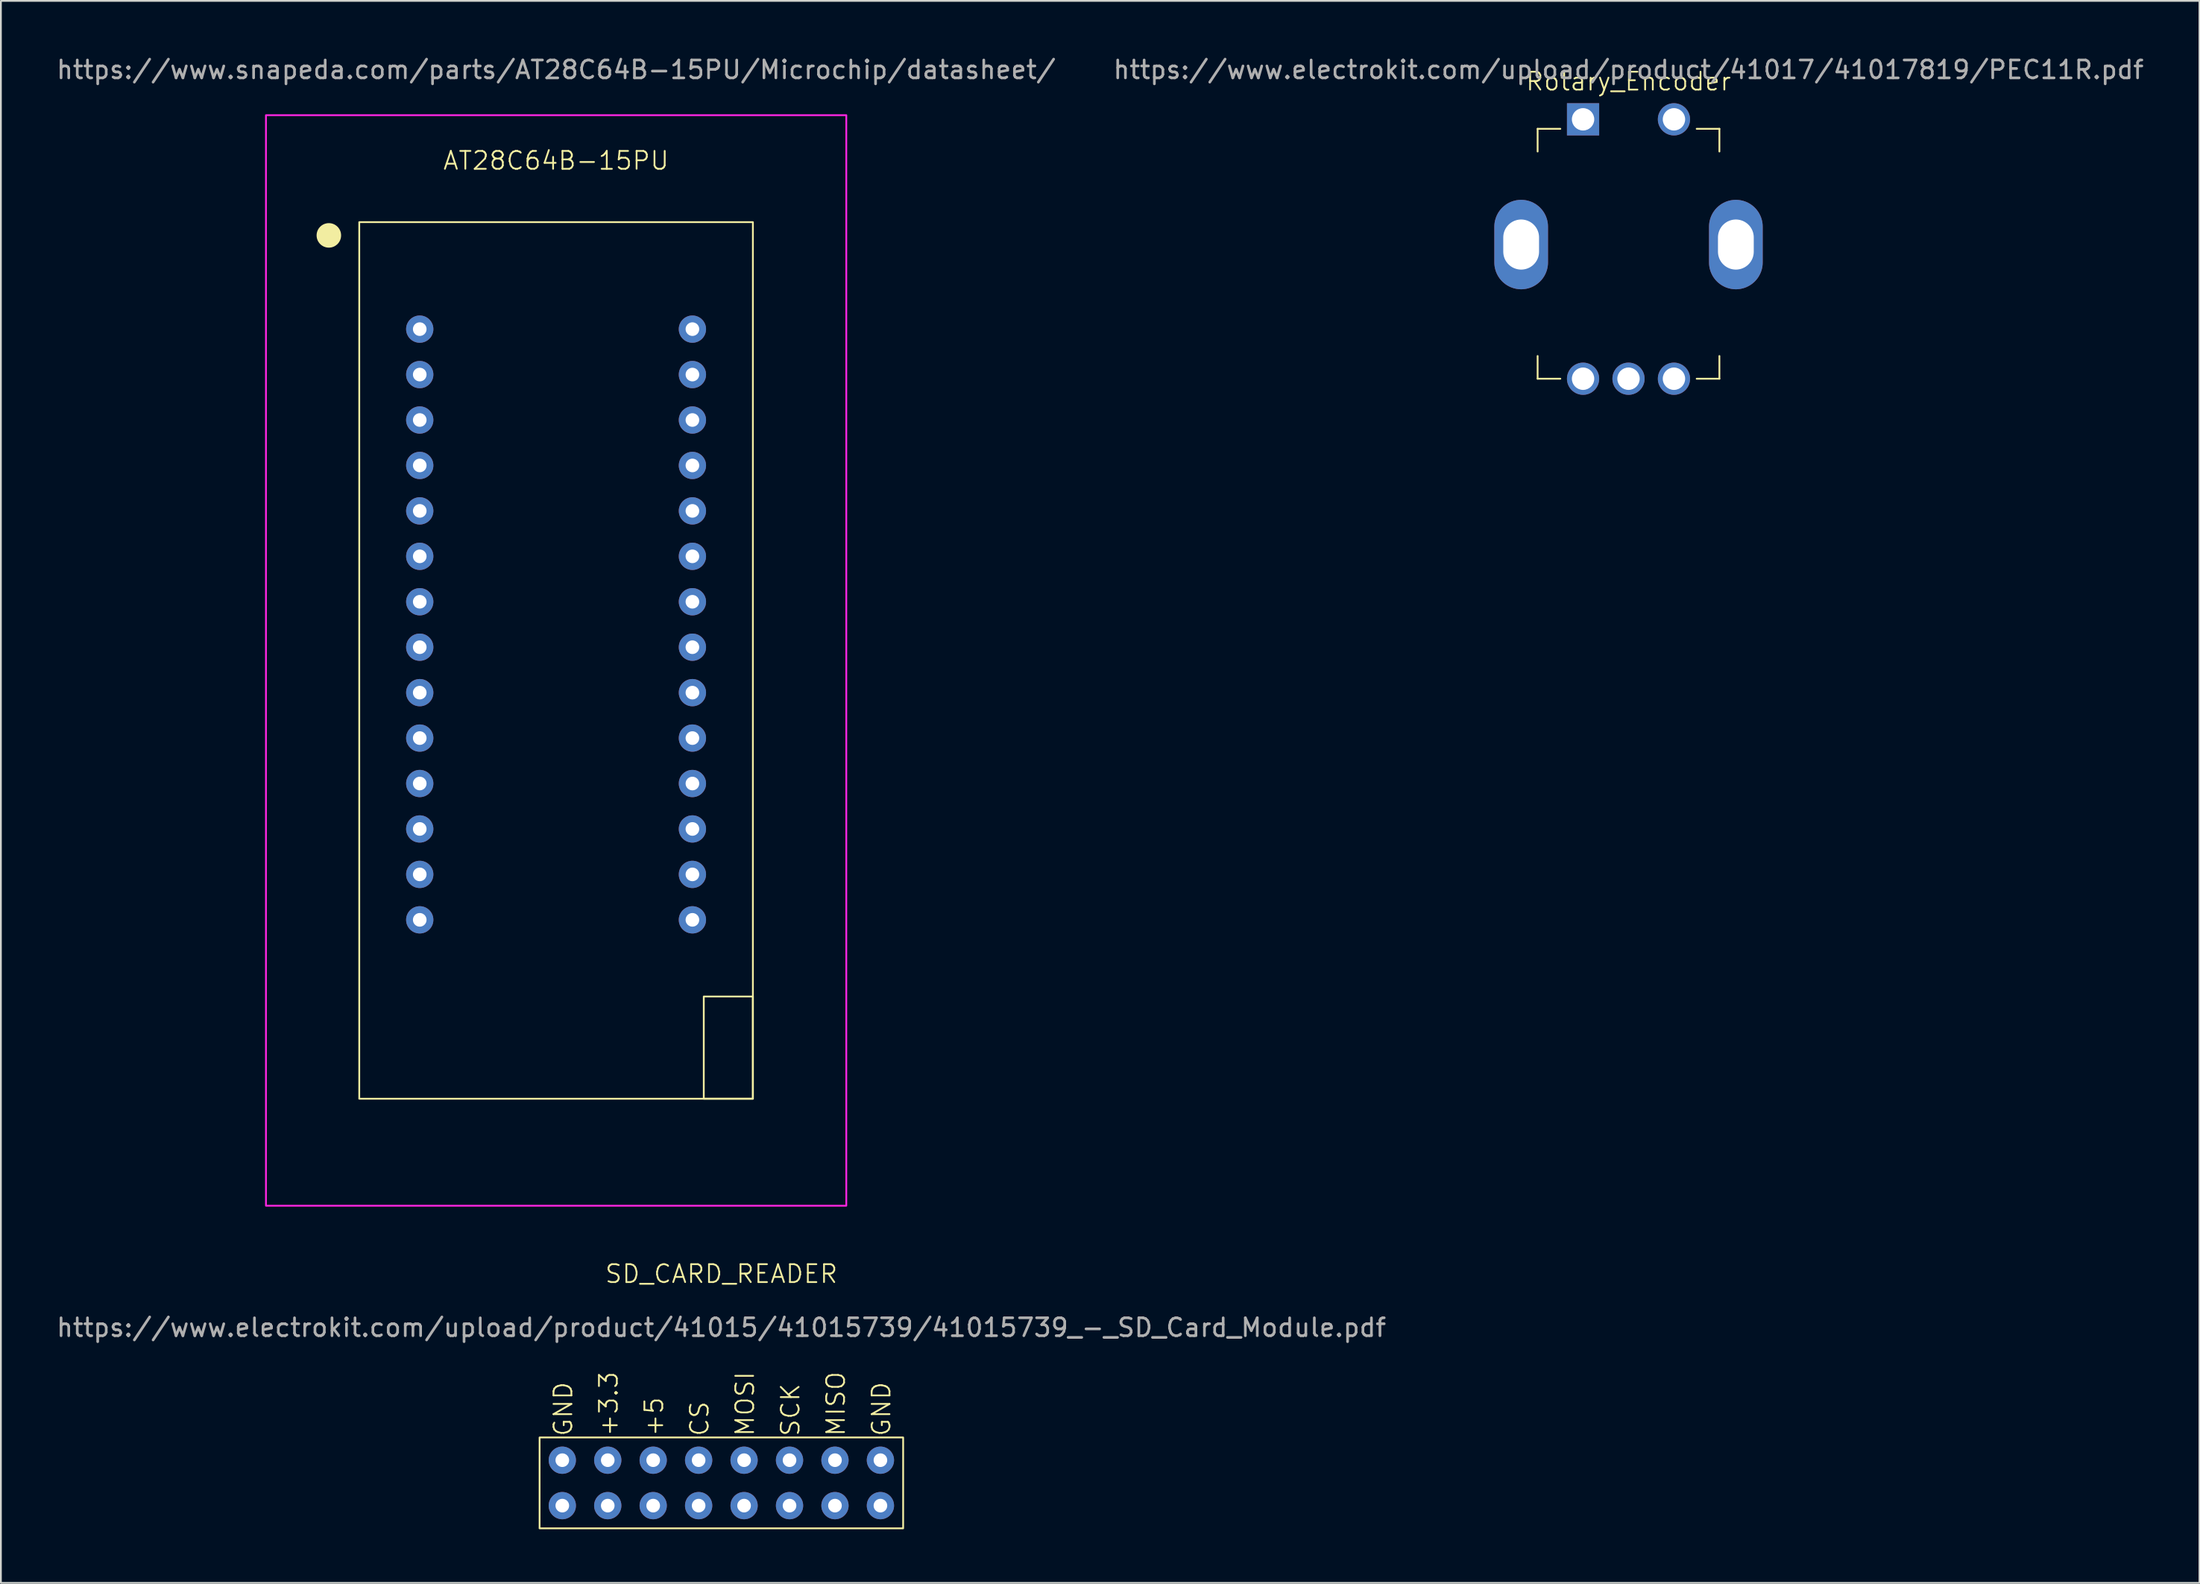
<source format=kicad_pcb>
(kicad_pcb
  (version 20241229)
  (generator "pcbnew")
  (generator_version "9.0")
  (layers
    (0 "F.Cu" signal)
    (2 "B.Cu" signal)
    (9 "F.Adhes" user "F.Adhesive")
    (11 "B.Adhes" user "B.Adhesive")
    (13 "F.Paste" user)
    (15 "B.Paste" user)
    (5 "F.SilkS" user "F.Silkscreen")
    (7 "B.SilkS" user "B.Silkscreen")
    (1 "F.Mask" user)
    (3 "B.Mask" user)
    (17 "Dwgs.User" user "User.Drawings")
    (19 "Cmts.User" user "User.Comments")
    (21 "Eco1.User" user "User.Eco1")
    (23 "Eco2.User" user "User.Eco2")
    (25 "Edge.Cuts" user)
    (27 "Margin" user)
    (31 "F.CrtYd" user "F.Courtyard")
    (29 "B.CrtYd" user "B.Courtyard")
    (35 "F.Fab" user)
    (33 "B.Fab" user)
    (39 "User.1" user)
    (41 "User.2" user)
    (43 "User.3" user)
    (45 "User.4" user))
  (footprint "Rotary_Encoder"
    (layer "F.Cu")
    (at 87.97 10.5)
    (property "Reference" "Rotary_Encoder" (at 0 -9 0) (unlocked yes) (layer "F.SilkS") (effects (font (size 1 1) (thickness 0.1))))
    (attr through_hole)
    (fp_line (start -5.08 -6.35) (end -5.08 -5.08) (stroke (width 0.1) (type default)) (layer "F.SilkS"))
    (fp_line (start -5.08 6.35) (end -5.08 7.62) (stroke (width 0.1) (type default)) (layer "F.SilkS"))
    (fp_line (start -5.08 7.62) (end -3.81 7.62) (stroke (width 0.1) (type default)) (layer "F.SilkS"))
    (fp_line (start -3.81 -6.35) (end -5.08 -6.35) (stroke (width 0.1) (type default)) (layer "F.SilkS"))
    (fp_line (start 3.81 7.62) (end 5.08 7.62) (stroke (width 0.1) (type default)) (layer "F.SilkS"))
    (fp_line (start 5.08 -6.35) (end 3.81 -6.35) (stroke (width 0.1) (type default)) (layer "F.SilkS"))
    (fp_line (start 5.08 -5.08) (end 5.08 -6.35) (stroke (width 0.1) (type default)) (layer "F.SilkS"))
    (fp_line (start 5.08 7.62) (end 5.08 6.35) (stroke (width 0.1) (type default)) (layer "F.SilkS"))
    (fp_text user "https://www.electrokit.com/upload/product/41017/41017819/PEC11R.pdf" (at 0 -9.652 0) (unlocked yes) (layer "F.Fab") (effects (font (size 1 1) (thickness 0.15))))
    (pad "1" thru_hole oval (at -6 0.12) (size 3 5) (drill oval 2 2.8) (layers "*.Cu" "*.Mask"))
    (pad "1" thru_hole rect (at -2.54 -6.88) (size 1.8 1.8) (drill 1.25) (layers "*.Cu" "*.Mask"))
    (pad "1" thru_hole circle (at 0 7.62) (size 1.8 1.8) (drill 1.25) (layers "*.Cu" "*.Mask"))
    (pad "1" thru_hole oval (at 6 0.12) (size 3 5) (drill oval 2 2.8) (layers "*.Cu" "*.Mask"))
    (pad "2" thru_hole circle (at -2.54 7.62) (size 1.8 1.8) (drill 1.25) (layers "*.Cu" "*.Mask"))
    (pad "3" thru_hole circle (at 2.54 7.62) (size 1.8 1.8) (drill 1.25) (layers "*.Cu" "*.Mask"))
    (pad "4" thru_hole circle (at 2.54 -6.88) (size 1.8 1.8) (drill 1.25) (layers "*.Cu" "*.Mask")))
  (footprint "SD_CARD_READER"
    (layer "F.Cu")
    (at 37.268 79.843)
    (property "Reference" "SD_CARD_READER" (at 0 -11.684 0) (unlocked yes) (layer "F.SilkS") (effects (font (size 1 1) (thickness 0.1))))
    (attr through_hole)
    (fp_rect (start -10.16 -2.54) (end 10.16 2.54) (stroke (width 0.1) (type default)) (fill no) (layer "F.SilkS"))
    (fp_text user "+3.3" (at -5.715 -2.54 90) (unlocked yes) (layer "F.SilkS") (effects (font (size 1 1) (thickness 0.1)) (justify left bottom)))
    (fp_text user "GND" (at -8.255 -2.54 90) (unlocked yes) (layer "F.SilkS") (effects (font (size 1 1) (thickness 0.1)) (justify left bottom)))
    (fp_text user "MOSI" (at 1.905 -2.54 90) (unlocked yes) (layer "F.SilkS") (effects (font (size 1 1) (thickness 0.1)) (justify left bottom)))
    (fp_text user "+5" (at -3.175 -2.54 90) (unlocked yes) (layer "F.SilkS") (effects (font (size 1 1) (thickness 0.1)) (justify left bottom)))
    (fp_text user "MISO" (at 6.985 -2.54 90) (unlocked yes) (layer "F.SilkS") (effects (font (size 1 1) (thickness 0.1)) (justify left bottom)))
    (fp_text user "CS" (at -0.635 -2.54 90) (unlocked yes) (layer "F.SilkS") (effects (font (size 1 1) (thickness 0.1)) (justify left bottom)))
    (fp_text user "SCK" (at 4.445 -2.54 90) (unlocked yes) (layer "F.SilkS") (effects (font (size 1 1) (thickness 0.1)) (justify left bottom)))
    (fp_text user "GND" (at 9.525 -2.54 90) (unlocked yes) (layer "F.SilkS") (effects (font (size 1 1) (thickness 0.1)) (justify left bottom)))
    (fp_text user "https://www.electrokit.com/upload/product/41015/41015739/41015739_-_SD_Card_Module.pdf" (at 0 -8.684 0) (unlocked yes) (layer "F.Fab") (effects (font (size 1 1) (thickness 0.15))))
    (pad "" thru_hole circle (at -8.89 -1.27) (size 1.524 1.524) (drill 0.762) (layers "*.Cu" "*.Mask"))
    (pad "" thru_hole circle (at -6.35 -1.27) (size 1.524 1.524) (drill 0.762) (layers "*.Cu" "*.Mask"))
    (pad "" thru_hole circle (at -6.35 1.27) (size 1.524 1.524) (drill 0.762) (layers "*.Cu" "*.Mask"))
    (pad "" thru_hole circle (at -3.81 -1.27) (size 1.524 1.524) (drill 0.762) (layers "*.Cu" "*.Mask"))
    (pad "" thru_hole circle (at -1.27 -1.27) (size 1.524 1.524) (drill 0.762) (layers "*.Cu" "*.Mask"))
    (pad "" thru_hole circle (at 1.27 -1.27) (size 1.524 1.524) (drill 0.762) (layers "*.Cu" "*.Mask"))
    (pad "" thru_hole circle (at 3.81 -1.27) (size 1.524 1.524) (drill 0.762) (layers "*.Cu" "*.Mask"))
    (pad "" thru_hole circle (at 6.35 -1.27) (size 1.524 1.524) (drill 0.762) (layers "*.Cu" "*.Mask"))
    (pad "" thru_hole circle (at 8.89 -1.27) (size 1.524 1.524) (drill 0.762) (layers "*.Cu" "*.Mask"))
    (pad "1" thru_hole circle (at -8.89 1.27) (size 1.524 1.524) (drill 0.762) (layers "*.Cu" "*.Mask"))
    (pad "1" thru_hole circle (at 8.89 1.27) (size 1.524 1.524) (drill 0.762) (layers "*.Cu" "*.Mask"))
    (pad "3" thru_hole circle (at -3.81 1.27) (size 1.524 1.524) (drill 0.762) (layers "*.Cu" "*.Mask"))
    (pad "4" thru_hole circle (at -1.27 1.27) (size 1.524 1.524) (drill 0.762) (layers "*.Cu" "*.Mask"))
    (pad "5" thru_hole circle (at 1.27 1.27) (size 1.524 1.524) (drill 0.762) (layers "*.Cu" "*.Mask"))
    (pad "6" thru_hole circle (at 3.81 1.27) (size 1.524 1.524) (drill 0.762) (layers "*.Cu" "*.Mask"))
    (pad "7" thru_hole circle (at 6.35 1.27) (size 1.524 1.524) (drill 0.762) (layers "*.Cu" "*.Mask")))
  (footprint "AT28C64B-15PU"
    (layer "F.Cu")
    (at 28.03 58.368)
    (property "Reference" "AT28C64B-15PU" (at 0 -52.44 0) (unlocked yes) (layer "F.SilkS") (effects (font (size 1 1) (thickness 0.1))))
    (attr through_hole)
    (fp_rect (start -11 -49) (end 11 0) (stroke (width 0.1) (type default)) (fill no) (layer "F.SilkS"))
    (fp_rect (start 11 0) (end 8.255 -5.715) (stroke (width 0.1) (type default)) (fill no) (layer "F.SilkS"))
    (fp_circle (center -12.7 -48.26) (end -12.065 -48.26) (stroke (width 0.1) (type solid)) (fill yes) (layer "F.SilkS"))
    (fp_rect (start -16.215 -54.98) (end 16.221 5.98) (stroke (width 0.1) (type default)) (fill no) (layer "F.CrtYd"))
    (fp_text user "https://www.snapeda.com/parts/AT28C64B-15PU/Microchip/datasheet/" (at 0 -57.52 0) (unlocked yes) (layer "F.Fab") (effects (font (size 1 1) (thickness 0.15))))
    (pad "1" thru_hole circle (at -7.62 -43.02) (size 1.524 1.524) (drill 0.762) (layers "*.Cu" "*.Mask"))
    (pad "2" thru_hole circle (at -7.62 -40.48) (size 1.524 1.524) (drill 0.762) (layers "*.Cu" "*.Mask"))
    (pad "3" thru_hole circle (at -7.62 -37.94) (size 1.524 1.524) (drill 0.762) (layers "*.Cu" "*.Mask"))
    (pad "4" thru_hole circle (at -7.62 -35.4) (size 1.524 1.524) (drill 0.762) (layers "*.Cu" "*.Mask"))
    (pad "5" thru_hole circle (at -7.62 -32.86) (size 1.524 1.524) (drill 0.762) (layers "*.Cu" "*.Mask"))
    (pad "6" thru_hole circle (at -7.62 -30.32) (size 1.524 1.524) (drill 0.762) (layers "*.Cu" "*.Mask"))
    (pad "7" thru_hole circle (at -7.62 -27.78) (size 1.524 1.524) (drill 0.762) (layers "*.Cu" "*.Mask"))
    (pad "8" thru_hole circle (at -7.62 -25.24) (size 1.524 1.524) (drill 0.762) (layers "*.Cu" "*.Mask"))
    (pad "9" thru_hole circle (at -7.62 -22.7) (size 1.524 1.524) (drill 0.762) (layers "*.Cu" "*.Mask"))
    (pad "10" thru_hole circle (at -7.62 -20.16) (size 1.524 1.524) (drill 0.762) (layers "*.Cu" "*.Mask"))
    (pad "11" thru_hole circle (at -7.62 -17.62) (size 1.524 1.524) (drill 0.762) (layers "*.Cu" "*.Mask"))
    (pad "12" thru_hole circle (at -7.62 -15.08) (size 1.524 1.524) (drill 0.762) (layers "*.Cu" "*.Mask"))
    (pad "13" thru_hole circle (at -7.62 -12.54) (size 1.524 1.524) (drill 0.762) (layers "*.Cu" "*.Mask"))
    (pad "14" thru_hole circle (at -7.62 -10) (size 1.524 1.524) (drill 0.762) (layers "*.Cu" "*.Mask"))
    (pad "15" thru_hole circle (at 7.62 -10) (size 1.524 1.524) (drill 0.762) (layers "*.Cu" "*.Mask"))
    (pad "16" thru_hole circle (at 7.62 -12.54) (size 1.524 1.524) (drill 0.762) (layers "*.Cu" "*.Mask"))
    (pad "17" thru_hole circle (at 7.62 -15.08) (size 1.524 1.524) (drill 0.762) (layers "*.Cu" "*.Mask"))
    (pad "18" thru_hole circle (at 7.62 -17.62) (size 1.524 1.524) (drill 0.762) (layers "*.Cu" "*.Mask"))
    (pad "19" thru_hole circle (at 7.62 -20.16) (size 1.524 1.524) (drill 0.762) (layers "*.Cu" "*.Mask"))
    (pad "20" thru_hole circle (at 7.62 -22.7) (size 1.524 1.524) (drill 0.762) (layers "*.Cu" "*.Mask"))
    (pad "21" thru_hole circle (at 7.62 -25.24) (size 1.524 1.524) (drill 0.762) (layers "*.Cu" "*.Mask"))
    (pad "22" thru_hole circle (at 7.62 -27.78) (size 1.524 1.524) (drill 0.762) (layers "*.Cu" "*.Mask"))
    (pad "23" thru_hole circle (at 7.62 -30.32) (size 1.524 1.524) (drill 0.762) (layers "*.Cu" "*.Mask"))
    (pad "24" thru_hole circle (at 7.62 -32.86) (size 1.524 1.524) (drill 0.762) (layers "*.Cu" "*.Mask"))
    (pad "25" thru_hole circle (at 7.62 -35.4) (size 1.524 1.524) (drill 0.762) (layers "*.Cu" "*.Mask"))
    (pad "26" thru_hole circle (at 7.62 -37.94) (size 1.524 1.524) (drill 0.762) (layers "*.Cu" "*.Mask"))
    (pad "27" thru_hole circle (at 7.62 -40.48) (size 1.524 1.524) (drill 0.762) (layers "*.Cu" "*.Mask"))
    (pad "28" thru_hole circle (at 7.62 -43.02) (size 1.524 1.524) (drill 0.762) (layers "*.Cu" "*.Mask")))
  (gr_rect
    (start -3 -3)
    (end 119.881 85.433)
    (stroke (width 0.1) (type default))
    (fill no)
    (layer "Edge.Cuts")))
</source>
